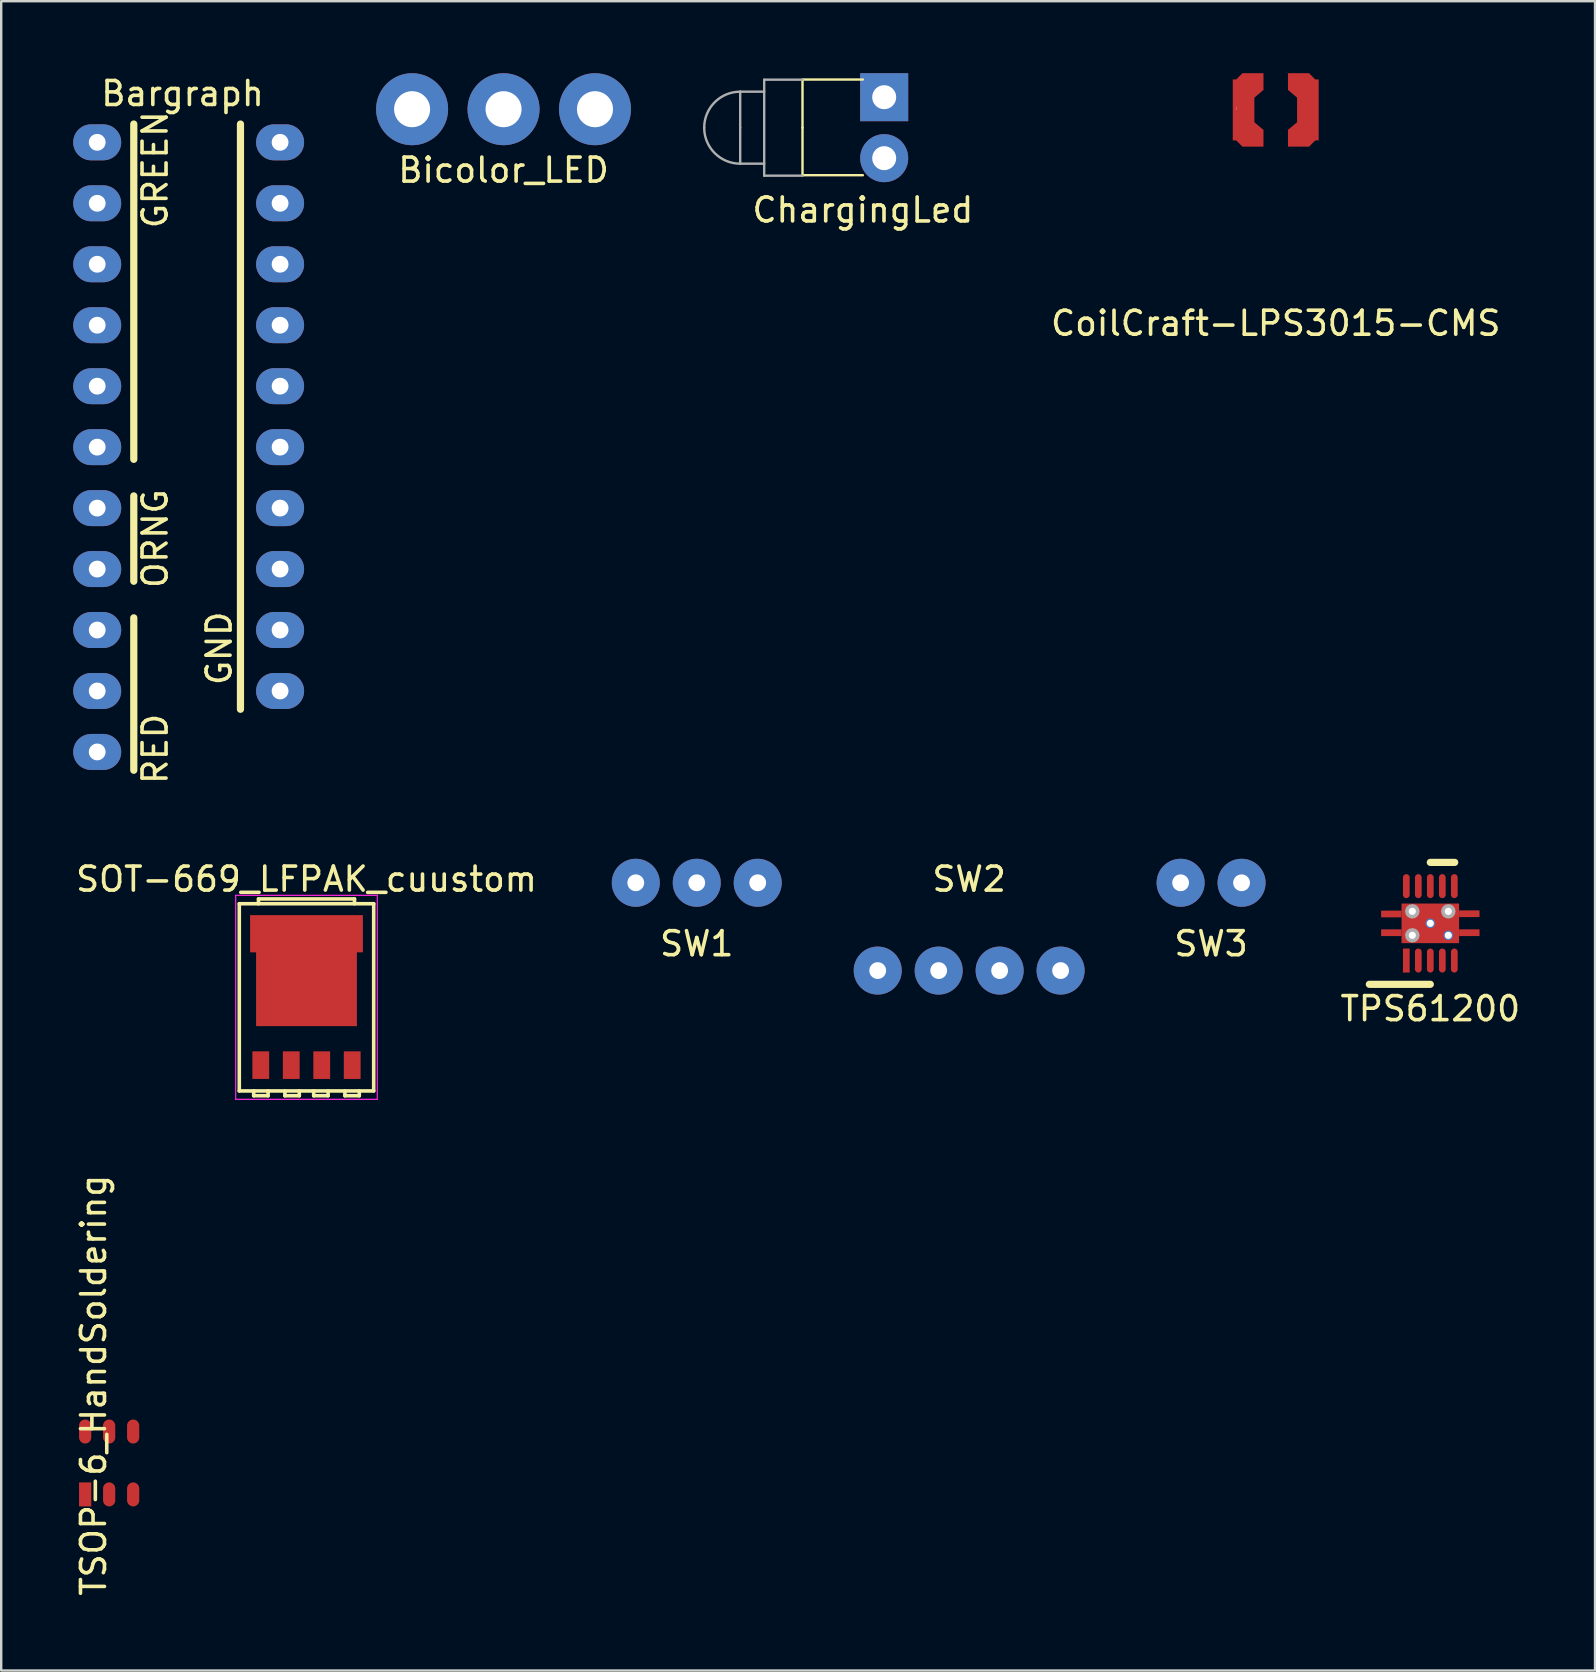
<source format=kicad_pcb>
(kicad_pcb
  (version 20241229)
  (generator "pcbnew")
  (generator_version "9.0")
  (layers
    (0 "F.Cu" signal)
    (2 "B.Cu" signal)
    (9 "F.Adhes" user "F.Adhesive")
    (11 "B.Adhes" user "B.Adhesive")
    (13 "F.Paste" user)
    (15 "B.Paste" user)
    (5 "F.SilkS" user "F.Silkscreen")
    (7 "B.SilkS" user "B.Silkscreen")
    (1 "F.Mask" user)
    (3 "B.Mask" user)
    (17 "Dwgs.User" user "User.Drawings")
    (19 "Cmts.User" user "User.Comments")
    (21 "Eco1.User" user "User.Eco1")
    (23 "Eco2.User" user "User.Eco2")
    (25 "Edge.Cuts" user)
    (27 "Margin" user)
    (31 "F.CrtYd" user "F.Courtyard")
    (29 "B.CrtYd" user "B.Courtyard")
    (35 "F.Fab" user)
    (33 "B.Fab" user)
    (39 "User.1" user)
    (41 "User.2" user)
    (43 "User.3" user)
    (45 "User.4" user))
  (footprint "CoilCraft-LPS3015-CMS"
    (layer "F.Cu")
    (at 50.103 1.53)
    (property "Reference" "CoilCraft-LPS3015-CMS" (at 0 8.89 0) (layer "F.SilkS") (effects (font (size 1 1) (thickness 0.15))))
    (attr through_hole)
    (fp_line (start -1.65 0) (end -1.65 -0.13) (stroke (width 0.01) (type solid)) (layer "F.SilkS"))
    (pad "1" smd rect (at -1.39 -1.27 45) (size 0.364 0.364) (layers "F.Cu" "F.Mask" "F.Paste"))
    (pad "1" smd rect (at -1.39 1.27 45) (size 0.364 0.364) (layers "F.Cu" "F.Mask" "F.Paste"))
    (pad "1" smd rect (at -1.34 0) (size 0.9 2.54) (layers "F.Cu" "F.Mask" "F.Paste"))
    (pad "1" smd rect (at -0.95 -1.18) (size 0.88 0.7) (layers "F.Cu" "F.Mask" "F.Paste"))
    (pad "1" smd rect (at -0.95 1.18) (size 0.88 0.7) (layers "F.Cu" "F.Mask" "F.Paste"))
    (pad "1" smd rect (at -0.79 -0.76 40.1) (size 0.511 0.25) (layers "F.Cu" "F.Mask" "F.Paste"))
    (pad "1" smd rect (at -0.79 0.76 319.9) (size 0.511 0.25) (layers "F.Cu" "F.Mask" "F.Paste"))
    (pad "2" smd rect (at 0.79 -0.76 319.9) (size 0.511 0.25) (layers "F.Cu" "F.Mask" "F.Paste"))
    (pad "2" smd rect (at 0.79 0.76 40.1) (size 0.511 0.25) (layers "F.Cu" "F.Mask" "F.Paste"))
    (pad "2" smd rect (at 0.95 -1.18) (size 0.88 0.7) (layers "F.Cu" "F.Mask" "F.Paste"))
    (pad "2" smd rect (at 0.95 1.18) (size 0.88 0.7) (layers "F.Cu" "F.Mask" "F.Paste"))
    (pad "2" smd rect (at 1.34 0) (size 0.9 2.54) (layers "F.Cu" "F.Mask" "F.Paste"))
    (pad "2" smd rect (at 1.39 -1.27 45) (size 0.364 0.364) (layers "F.Cu" "F.Mask" "F.Paste"))
    (pad "2" smd rect (at 1.39 1.27 45) (size 0.364 0.364) (layers "F.Cu" "F.Mask" "F.Paste")))
  (footprint "ChargingLed"
    (layer "F.Cu")
    (at 33.79 2.27)
    (property "Reference" "ChargingLed" (at -0.889 3.429 180) (layer "F.SilkS") (effects (font (size 1 1) (thickness 0.15))))
    (attr through_hole)
    (fp_line (start -3.404 0) (end -3.404 -1.981) (stroke (width 0.1) (type solid)) (layer "F.SilkS"))
    (fp_line (start -3.404 0) (end -3.404 1.981) (stroke (width 0.1) (type solid)) (layer "F.SilkS"))
    (fp_line (start -3.404 1.981) (end -0.889 1.981) (stroke (width 0.1) (type solid)) (layer "F.SilkS"))
    (fp_line (start -0.889 -2.007) (end -3.404 -2.007) (stroke (width 0.1) (type solid)) (layer "F.SilkS"))
    (fp_line (start -6 -1.5) (end -5 -1.5) (stroke (width 0.1) (type solid)) (layer "F.Fab"))
    (fp_line (start -6 0) (end -6 -1.5) (stroke (width 0.1) (type solid)) (layer "F.Fab"))
    (fp_line (start -6 0) (end -6 1.5) (stroke (width 0.1) (type solid)) (layer "F.Fab"))
    (fp_line (start -6 1.5) (end -5 1.5) (stroke (width 0.1) (type solid)) (layer "F.Fab"))
    (fp_line (start -5 -2) (end -5 2) (stroke (width 0.1) (type solid)) (layer "F.Fab"))
    (fp_line (start -5 2) (end -3.404 2) (stroke (width 0.1) (type solid)) (layer "F.Fab"))
    (fp_line (start -3.404 -2) (end -5 -2) (stroke (width 0.1) (type solid)) (layer "F.Fab"))
    (fp_arc (start -7.5 0) (mid -7.06066 -1.06066) (end -6 -1.5) (stroke (width 0.1) (type solid)) (layer "F.Fab"))
    (fp_arc (start -6 1.5) (mid -7.06066 1.06066) (end -7.5 0) (stroke (width 0.1) (type solid)) (layer "F.Fab"))
    (pad "1" thru_hole circle (at 0 1.27) (size 2 2) (drill 1) (layers "*.Cu" "*.Mask"))
    (pad "2" thru_hole rect (at 0 -1.27) (size 2 2) (drill 1) (layers "*.Cu" "*.Mask")))
  (footprint "SW1"
    (layer "F.Cu")
    (at 25.98 33.731)
    (property "Reference" "SW1" (at 0 2.54 0) (layer "F.SilkS") (effects (font (size 1 1) (thickness 0.15))))
    (attr through_hole)
    (pad "2" thru_hole circle (at -2.54 0) (size 2 2) (drill 0.7) (layers "*.Cu" "*.Mask"))
    (pad "3" thru_hole circle (at 2.54 0) (size 2 2) (drill 0.7) (layers "*.Cu" "*.Mask"))
    (pad "4" thru_hole circle (at 0 0) (size 2 2) (drill 0.7) (layers "*.Cu" "*.Mask")))
  (footprint "TPS61200"
    (layer "F.Cu")
    (at 56.544 35.421)
    (property "Reference" "TPS61200" (at 0 3.556 0) (layer "F.SilkS") (effects (font (size 1 1) (thickness 0.15))))
    (attr through_hole)
    (fp_line (start -2.54 2.54) (end 0 2.54) (stroke (width 0.3) (type solid)) (layer "F.SilkS"))
    (fp_line (start 0 -2.54) (end 1.016 -2.54) (stroke (width 0.3) (type solid)) (layer "F.SilkS"))
    (fp_circle (center -0.75 -0.5) (end -0.751 -0.5) (stroke (width 0.3) (type solid)) (fill no) (layer "F.Fab"))
    (fp_circle (center -0.75 0.5) (end -0.751 0.5) (stroke (width 0.3) (type solid)) (fill no) (layer "F.Fab"))
    (fp_circle (center 0.75 -0.5) (end 0.751 -0.5) (stroke (width 0.3) (type solid)) (fill no) (layer "F.Fab"))
    (pad "1" smd rect (at -1 1.5) (size 0.28 1) (drill (offset 0 0.05)) (layers "F.Cu" "F.Mask" "F.Paste"))
    (pad "2" smd oval (at -0.5 1.5) (size 0.28 1) (drill (offset 0 0.05)) (layers "F.Cu" "F.Mask" "F.Paste"))
    (pad "3" smd oval (at 0 1.5) (size 0.28 1) (drill (offset 0 0.05)) (layers "F.Cu" "F.Mask" "F.Paste"))
    (pad "4" smd oval (at 0.5 1.5) (size 0.28 1) (drill (offset 0 0.05)) (layers "F.Cu" "F.Mask" "F.Paste"))
    (pad "5" smd oval (at 1 1.5) (size 0.28 1) (drill (offset 0 0.05)) (layers "F.Cu" "F.Mask" "F.Paste"))
    (pad "6" smd oval (at 1 -1.5) (size 0.28 1) (drill (offset 0 -0.05)) (layers "F.Cu" "F.Mask" "F.Paste"))
    (pad "7" smd oval (at 0.5 -1.5) (size 0.28 1) (drill (offset 0 -0.05)) (layers "F.Cu" "F.Mask" "F.Paste"))
    (pad "8" smd oval (at 0 -1.5) (size 0.28 1) (drill (offset 0 -0.05)) (layers "F.Cu" "F.Mask" "F.Paste"))
    (pad "9" smd oval (at -0.5 -1.5) (size 0.28 1) (drill (offset 0 -0.05)) (layers "F.Cu" "F.Mask" "F.Paste"))
    (pad "10" smd oval (at -1 -1.5) (size 0.28 1) (drill (offset 0 -0.05)) (layers "F.Cu" "F.Mask" "F.Paste"))
    (pad "11" smd rect (at -1.55 -0.39) (size 0.85 0.28) (drill (offset -0.075 0)) (layers "F.Cu" "F.Mask" "F.Paste"))
    (pad "11" smd rect (at -1.55 0.39) (size 0.85 0.28) (drill (offset -0.075 0)) (layers "F.Cu" "F.Mask" "F.Paste"))
    (pad "11" thru_hole circle (at -0.75 -0.5) (size 0.4 0.4) (drill 0.3) (layers "*.Cu" "*.Mask"))
    (pad "11" thru_hole circle (at -0.75 0.5) (size 0.4 0.4) (drill 0.3) (layers "*.Cu" "*.Mask"))
    (pad "11" thru_hole circle (at 0 0) (size 0.4 0.4) (drill 0.3) (layers "*.Cu" "*.Mask"))
    (pad "11" smd rect (at 0 0) (size 2.4 1.65) (layers "F.Cu" "F.Mask" "F.Paste"))
    (pad "11" thru_hole circle (at 0.75 -0.5) (size 0.4 0.4) (drill 0.3) (layers "*.Cu" "*.Mask"))
    (pad "11" thru_hole circle (at 0.75 0.5) (size 0.4 0.4) (drill 0.3) (layers "*.Cu" "*.Mask"))
    (pad "11" smd rect (at 1.55 -0.4) (size 0.85 0.28) (drill (offset 0.075 0)) (layers "F.Cu" "F.Mask" "F.Paste"))
    (pad "11" smd rect (at 1.55 0.39) (size 0.85 0.28) (drill (offset 0.075 0)) (layers "F.Cu" "F.Mask" "F.Paste")))
  (footprint "TSOP-6_HandSoldering"
    (layer "F.Cu")
    (at 1.483 57.968)
    (property "Reference" "TSOP-6_HandSoldering" (at -0.635 -3.302 90) (layer "F.SilkS") (effects (font (size 1 1) (thickness 0.15))))
    (attr through_hole)
    (pad "1" smd rect (at -0.985 1.246) (size 0.508 1) (layers "F.Cu" "F.Mask" "F.Paste"))
    (pad "2" smd oval (at 0.015 1.246) (size 0.508 1) (layers "F.Cu" "F.Mask" "F.Paste"))
    (pad "3" smd oval (at 1.015 1.246) (size 0.508 1) (layers "F.Cu" "F.Mask" "F.Paste"))
    (pad "4" smd oval (at 1.015 -1.374) (size 0.508 1) (layers "F.Cu" "F.Mask" "F.Paste"))
    (pad "5" smd oval (at 0.015 -1.374) (size 0.508 1) (layers "F.Cu" "F.Mask" "F.Paste"))
    (pad "6" smd oval (at -0.985 -1.374) (size 0.508 1) (layers "F.Cu" "F.Mask" "F.Paste")))
  (footprint "Bargraph"
    (layer "F.Cu")
    (at 1 5.42)
    (property "Reference" "Bargraph" (at 3.556 -4.572 180) (layer "F.SilkS") (effects (font (size 1 1) (thickness 0.15))))
    (attr through_hole)
    (fp_line (start 1.524 10.668) (end 1.524 -3.302) (stroke (width 0.3) (type solid)) (layer "F.SilkS"))
    (fp_line (start 1.524 15.748) (end 1.524 12.192) (stroke (width 0.3) (type solid)) (layer "F.SilkS"))
    (fp_line (start 1.524 17.272) (end 1.524 23.622) (stroke (width 0.3) (type solid)) (layer "F.SilkS"))
    (fp_line (start 5.969 21.082) (end 5.969 -3.302) (stroke (width 0.3) (type solid)) (layer "F.SilkS"))
    (fp_text user "ORNG" (at 2.413 13.97 90) (layer "F.SilkS") (effects (font (size 1 1) (thickness 0.15))))
    (fp_text user "GREEN" (at 2.413 -1.397 90) (layer "F.SilkS") (effects (font (size 1 1) (thickness 0.15))))
    (fp_text user "GND" (at 5.08 18.542 90) (layer "F.SilkS") (effects (font (size 1 1) (thickness 0.15))))
    (fp_text user "RED" (at 2.413 22.733 90) (layer "F.SilkS") (effects (font (size 1 1) (thickness 0.15))))
    (pad "2" thru_hole oval (at 0 -2.54) (size 2 1.5) (drill 0.7) (layers "*.Cu" "*.Mask"))
    (pad "4" thru_hole oval (at 0 0) (size 2 1.5) (drill 0.7) (layers "*.Cu" "*.Mask"))
    (pad "6" thru_hole oval (at 0 2.54) (size 2 1.5) (drill 0.7) (layers "*.Cu" "*.Mask"))
    (pad "8" thru_hole oval (at 0 5.08) (size 2 1.5) (drill 0.7) (layers "*.Cu" "*.Mask"))
    (pad "10" thru_hole oval (at 0 7.62) (size 2 1.5) (drill 0.7) (layers "*.Cu" "*.Mask"))
    (pad "12" thru_hole oval (at 0 10.16) (size 2 1.5) (drill 0.7) (layers "*.Cu" "*.Mask"))
    (pad "13" thru_hole oval (at 0 12.7) (size 2 1.5) (drill 0.7) (layers "*.Cu" "*.Mask"))
    (pad "14" thru_hole oval (at 0 15.24) (size 2 1.5) (drill 0.7) (layers "*.Cu" "*.Mask"))
    (pad "15" thru_hole oval (at 0 17.78) (size 2 1.5) (drill 0.7) (layers "*.Cu" "*.Mask"))
    (pad "17" thru_hole oval (at 0 20.32) (size 2 1.5) (drill 0.7) (layers "*.Cu" "*.Mask"))
    (pad "19" thru_hole oval (at 0 22.86) (size 2 1.5) (drill 0.7) (layers "*.Cu" "*.Mask"))
    (pad "21" thru_hole oval (at 7.62 20.32) (size 2 1.5) (drill 0.7) (layers "*.Cu" "*.Mask"))
    (pad "22" thru_hole oval (at 7.62 17.78) (size 2 1.5) (drill 0.7) (layers "*.Cu" "*.Mask"))
    (pad "23" thru_hole oval (at 7.62 15.24) (size 2 1.5) (drill 0.7) (layers "*.Cu" "*.Mask"))
    (pad "24" thru_hole oval (at 7.62 12.7) (size 2 1.5) (drill 0.7) (layers "*.Cu" "*.Mask"))
    (pad "25" thru_hole oval (at 7.62 10.16) (size 2 1.5) (drill 0.7) (layers "*.Cu" "*.Mask"))
    (pad "26" thru_hole oval (at 7.62 7.62) (size 2 1.5) (drill 0.7) (layers "*.Cu" "*.Mask"))
    (pad "27" thru_hole oval (at 7.62 5.08) (size 2 1.5) (drill 0.7) (layers "*.Cu" "*.Mask"))
    (pad "28" thru_hole oval (at 7.62 2.54) (size 2 1.5) (drill 0.7) (layers "*.Cu" "*.Mask"))
    (pad "29" thru_hole oval (at 7.62 0) (size 2 1.5) (drill 0.7) (layers "*.Cu" "*.Mask"))
    (pad "30" thru_hole oval (at 7.62 -2.54) (size 2 1.5) (drill 0.7) (layers "*.Cu" "*.Mask")))
  (footprint "SOT-669_LFPAK_cuustom"
    (layer "F.Cu")
    (at 9.72 38.504)
    (property "Reference" "SOT-669_LFPAK_cuustom" (at 0 -4.925 0) (layer "F.SilkS") (effects (font (size 1 1) (thickness 0.15))))
    (attr smd)
    (fp_line (start -2.8 -3.9) (end 2.8 -3.9) (stroke (width 0.15) (type solid)) (layer "F.SilkS"))
    (fp_line (start -2.8 3.9) (end -2.8 -3.9) (stroke (width 0.15) (type solid)) (layer "F.SilkS"))
    (fp_line (start -2.2 3.9) (end -2.2 4.1) (stroke (width 0.15) (type solid)) (layer "F.SilkS"))
    (fp_line (start -2.2 4.1) (end -1.6 4.1) (stroke (width 0.15) (type solid)) (layer "F.SilkS"))
    (fp_line (start -2 -4.1) (end 2 -4.1) (stroke (width 0.15) (type solid)) (layer "F.SilkS"))
    (fp_line (start -2 -3.9) (end -2 -4.1) (stroke (width 0.15) (type solid)) (layer "F.SilkS"))
    (fp_line (start -1.6 4.1) (end -1.6 3.9) (stroke (width 0.15) (type solid)) (layer "F.SilkS"))
    (fp_line (start -0.9 3.9) (end -0.9 4.1) (stroke (width 0.15) (type solid)) (layer "F.SilkS"))
    (fp_line (start -0.9 4.1) (end -0.3 4.1) (stroke (width 0.15) (type solid)) (layer "F.SilkS"))
    (fp_line (start -0.3 4.1) (end -0.3 3.9) (stroke (width 0.15) (type solid)) (layer "F.SilkS"))
    (fp_line (start 0.3 3.9) (end 0.3 4.1) (stroke (width 0.15) (type solid)) (layer "F.SilkS"))
    (fp_line (start 0.3 4.1) (end 0.9 4.1) (stroke (width 0.15) (type solid)) (layer "F.SilkS"))
    (fp_line (start 0.9 4.1) (end 0.9 3.9) (stroke (width 0.15) (type solid)) (layer "F.SilkS"))
    (fp_line (start 1.6 3.9) (end 1.6 4.1) (stroke (width 0.15) (type solid)) (layer "F.SilkS"))
    (fp_line (start 1.6 4.1) (end 2.2 4.1) (stroke (width 0.15) (type solid)) (layer "F.SilkS"))
    (fp_line (start 2 -4.1) (end 2 -3.9) (stroke (width 0.15) (type solid)) (layer "F.SilkS"))
    (fp_line (start 2.2 4.1) (end 2.2 3.9) (stroke (width 0.15) (type solid)) (layer "F.SilkS"))
    (fp_line (start 2.8 -3.9) (end 2.8 3.9) (stroke (width 0.15) (type solid)) (layer "F.SilkS"))
    (fp_line (start 2.8 3.9) (end -2.8 3.9) (stroke (width 0.15) (type solid)) (layer "F.SilkS"))
    (fp_line (start -2.95 -4.25) (end 2.95 -4.25) (stroke (width 0.05) (type solid)) (layer "F.CrtYd"))
    (fp_line (start -2.95 4.25) (end -2.95 -4.25) (stroke (width 0.05) (type solid)) (layer "F.CrtYd"))
    (fp_line (start -2.95 4.25) (end 2.95 4.25) (stroke (width 0.05) (type solid)) (layer "F.CrtYd"))
    (fp_line (start 2.95 -4.25) (end 2.95 4.25) (stroke (width 0.05) (type solid)) (layer "F.CrtYd"))
    (pad "1" smd rect (at -1.905 2.825) (size 0.7 1.15) (layers "F.Cu" "F.Mask" "F.Paste"))
    (pad "1" smd rect (at -0.635 2.825) (size 0.7 1.15) (layers "F.Cu" "F.Mask" "F.Paste"))
    (pad "1" smd rect (at 0.635 2.825) (size 0.7 1.15) (layers "F.Cu" "F.Mask" "F.Paste"))
    (pad "2" smd rect (at 1.905 2.825) (size 0.7 1.15) (layers "F.Cu" "F.Mask" "F.Paste"))
    (pad "3" smd rect (at 0 -2.65) (size 4.7 1.55) (layers "F.Cu" "F.Mask"))
    (pad "3" smd rect (at 0 -0.45) (size 4.2 3.3) (layers "F.Cu" "F.Mask")))
  (footprint "SW2"
    (layer "F.Cu")
    (at 37.33 37.389)
    (property "Reference" "SW2" (at 0 -3.81 0) (layer "F.SilkS") (effects (font (size 1 1) (thickness 0.15))))
    (attr through_hole)
    (pad "1" thru_hole circle (at -3.81 0) (size 2 2) (drill 0.7) (layers "*.Cu" "*.Mask"))
    (pad "2" thru_hole circle (at -1.27 0) (size 2 2) (drill 0.7) (layers "*.Cu" "*.Mask"))
    (pad "3" thru_hole circle (at 1.27 0) (size 2 2) (drill 0.7) (layers "*.Cu" "*.Mask"))
    (pad "4" thru_hole circle (at 3.81 0) (size 2 2) (drill 0.7) (layers "*.Cu" "*.Mask")))
  (footprint "Bicolor_LED"
    (layer "F.Cu")
    (at 17.93 1.5)
    (property "Reference" "Bicolor_LED" (at 0 2.54 0) (layer "F.SilkS") (effects (font (size 1 1) (thickness 0.15))))
    (attr through_hole)
    (pad "1" thru_hole circle (at -3.81 0) (size 3 3) (drill 1.501) (layers "*.Cu" "*.Mask"))
    (pad "2" thru_hole circle (at 0 0) (size 3 3) (drill 1.501) (layers "*.Cu" "*.Mask"))
    (pad "3" thru_hole circle (at 3.81 0) (size 3 3) (drill 1.501) (layers "*.Cu" "*.Mask")))
  (footprint "SW3"
    (layer "F.Cu")
    (at 47.41 33.731)
    (property "Reference" "SW3" (at 0 2.54 0) (layer "F.SilkS") (effects (font (size 1 1) (thickness 0.15))))
    (attr through_hole)
    (pad "1" thru_hole circle (at -1.27 0) (size 2 2) (drill 0.7) (layers "*.Cu" "*.Mask"))
    (pad "2" thru_hole circle (at 1.27 0) (size 2 2) (drill 0.7) (layers "*.Cu" "*.Mask")))
  (gr_rect
    (start -3 -3)
    (end 63.407 66.553)
    (stroke (width 0.1) (type default))
    (fill no)
    (layer "Edge.Cuts")))
</source>
